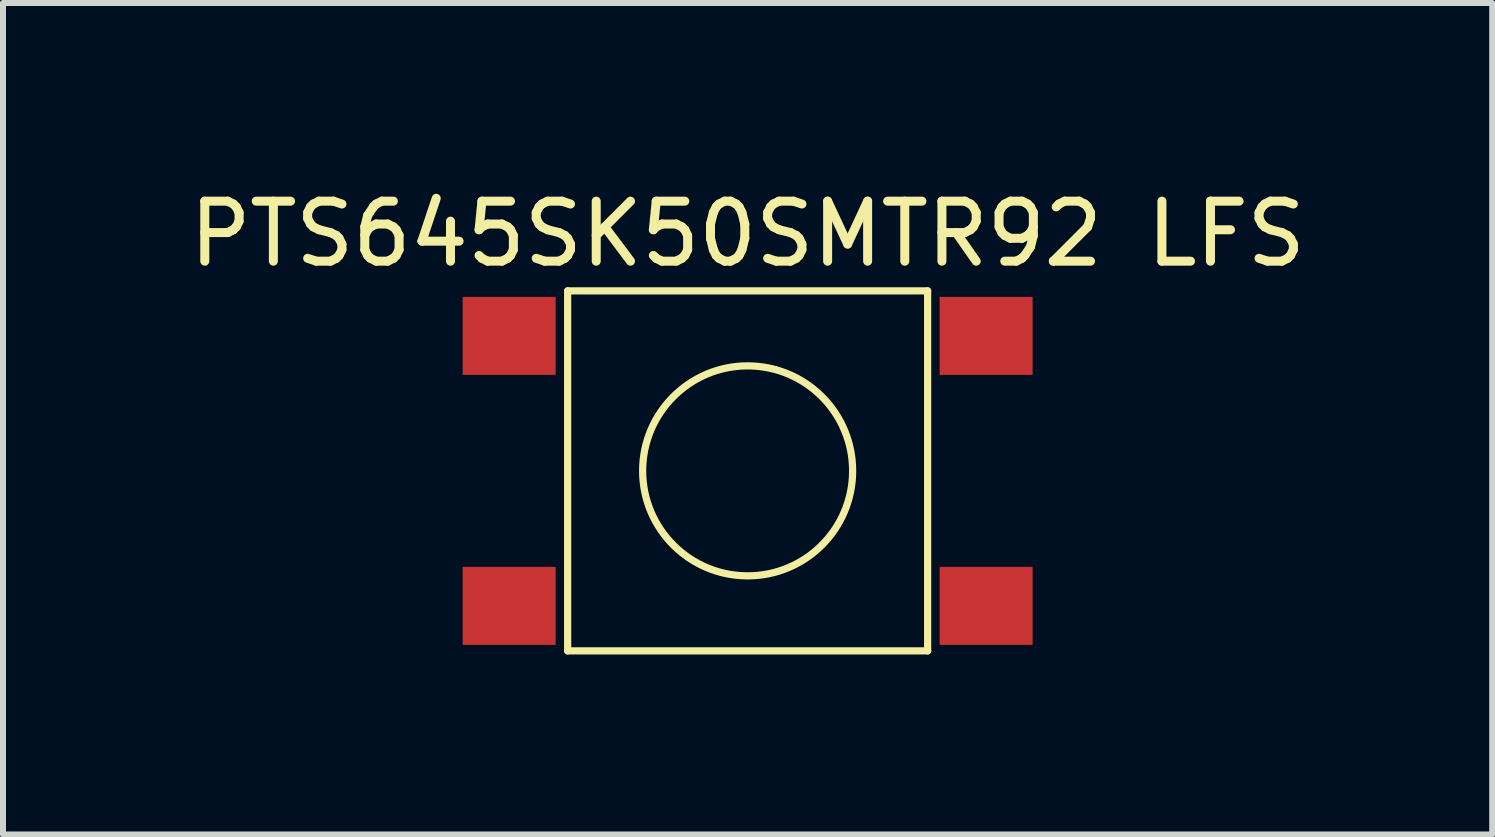
<source format=kicad_pcb>
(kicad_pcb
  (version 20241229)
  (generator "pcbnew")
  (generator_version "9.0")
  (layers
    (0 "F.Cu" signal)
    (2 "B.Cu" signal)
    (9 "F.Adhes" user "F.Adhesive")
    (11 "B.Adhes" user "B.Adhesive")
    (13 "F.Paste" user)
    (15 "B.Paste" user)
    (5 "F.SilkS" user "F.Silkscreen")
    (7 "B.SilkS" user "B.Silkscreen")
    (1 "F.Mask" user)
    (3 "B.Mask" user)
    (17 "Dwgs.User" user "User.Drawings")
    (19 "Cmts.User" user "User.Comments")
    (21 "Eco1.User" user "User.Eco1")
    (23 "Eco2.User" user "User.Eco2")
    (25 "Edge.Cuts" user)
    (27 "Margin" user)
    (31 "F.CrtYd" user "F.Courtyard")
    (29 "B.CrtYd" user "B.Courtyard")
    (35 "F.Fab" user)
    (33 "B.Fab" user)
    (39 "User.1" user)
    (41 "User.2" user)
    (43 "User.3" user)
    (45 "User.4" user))
  (footprint "PTS645SK50SMTR92 LFS"
    (layer "F.Cu")
    (at 9.411 4.798)
    (property "Reference" "PTS645SK50SMTR92 LFS" (at 0 -3.95 0) (layer "F.SilkS") (effects (font (size 1 1) (thickness 0.15))))
    (attr through_hole)
    (fp_line (start -3 -3) (end 3 -3) (stroke (width 0.12) (type solid)) (layer "F.SilkS"))
    (fp_line (start -3 3) (end -3 -3) (stroke (width 0.12) (type solid)) (layer "F.SilkS"))
    (fp_line (start 3 -3) (end 3 3) (stroke (width 0.12) (type solid)) (layer "F.SilkS"))
    (fp_line (start 3 3) (end -3 3) (stroke (width 0.12) (type solid)) (layer "F.SilkS"))
    (fp_circle (center 0 0) (end 1.75 0) (stroke (width 0.12) (type solid)) (fill no) (layer "F.SilkS"))
    (pad "1" smd rect (at -3.975 -2.25) (size 1.55 1.3) (layers "F.Cu" "F.Mask" "F.Paste"))
    (pad "2" smd rect (at -3.975 2.25) (size 1.55 1.3) (layers "F.Cu" "F.Mask" "F.Paste"))
    (pad "3" smd rect (at 3.975 -2.25) (size 1.55 1.3) (layers "F.Cu" "F.Mask" "F.Paste"))
    (pad "4" smd rect (at 3.975 2.25) (size 1.55 1.3) (layers "F.Cu" "F.Mask" "F.Paste")))
  (gr_rect
    (start -3 -3)
    (end 21.821 10.858)
    (stroke (width 0.1) (type default))
    (fill no)
    (layer "Edge.Cuts")))
</source>
